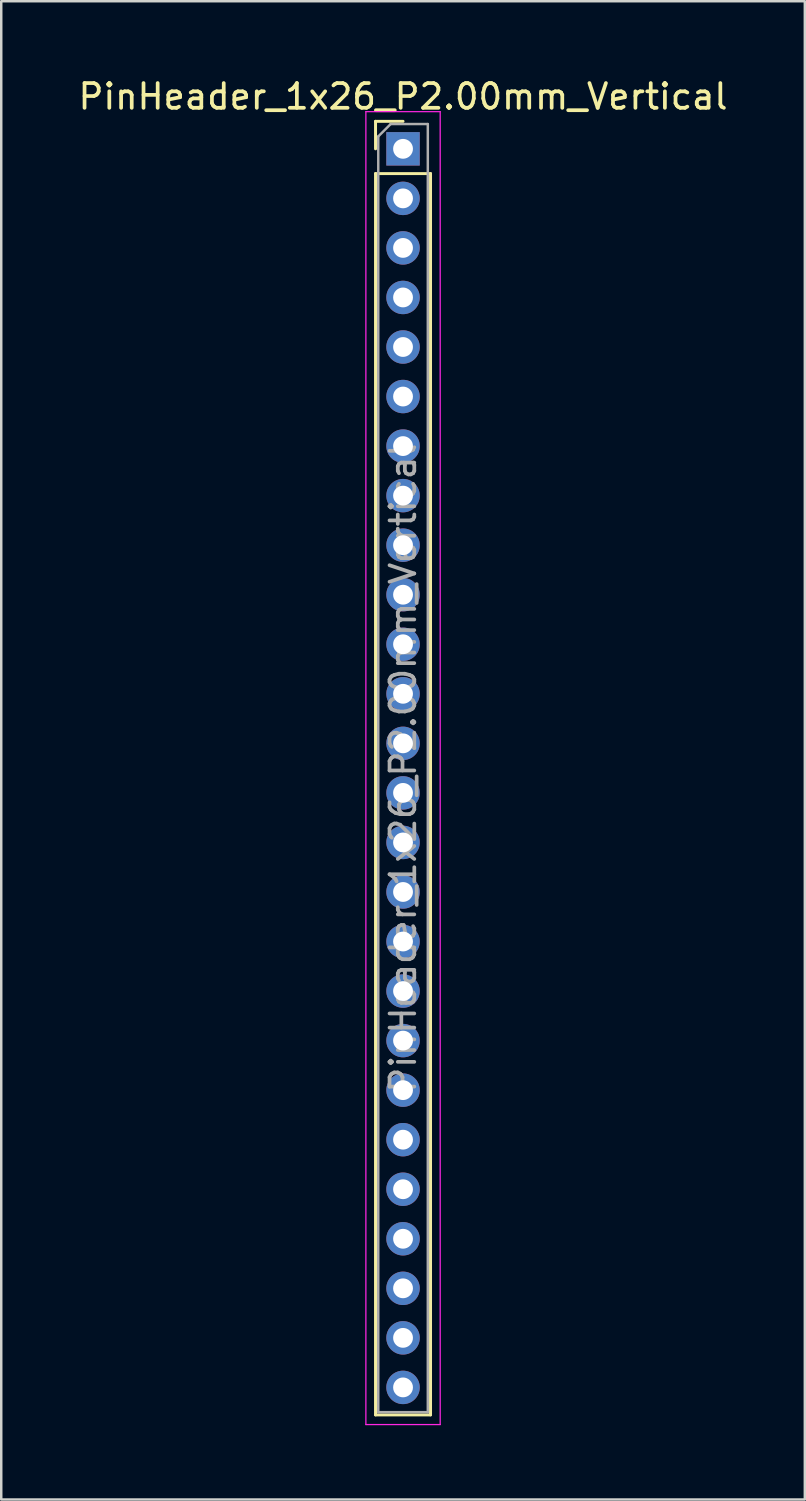
<source format=kicad_pcb>
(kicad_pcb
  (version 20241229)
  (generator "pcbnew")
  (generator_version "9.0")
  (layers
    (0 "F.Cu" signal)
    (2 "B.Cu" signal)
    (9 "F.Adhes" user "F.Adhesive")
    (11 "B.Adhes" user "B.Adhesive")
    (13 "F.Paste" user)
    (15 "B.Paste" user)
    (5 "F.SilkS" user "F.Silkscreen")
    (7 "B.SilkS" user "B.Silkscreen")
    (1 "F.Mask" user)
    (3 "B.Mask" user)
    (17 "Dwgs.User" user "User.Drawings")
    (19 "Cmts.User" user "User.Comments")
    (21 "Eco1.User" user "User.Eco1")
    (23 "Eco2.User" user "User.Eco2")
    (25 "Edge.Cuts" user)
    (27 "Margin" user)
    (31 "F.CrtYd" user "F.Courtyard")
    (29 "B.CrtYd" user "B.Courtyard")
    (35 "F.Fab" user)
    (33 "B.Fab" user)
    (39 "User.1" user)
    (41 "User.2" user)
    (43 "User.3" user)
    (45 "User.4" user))
  (footprint "PinHeader_1x26_P2.00mm_Vertical"
    (layer "F.Cu")
    (at 13.22 2.958)
    (property "Reference" "PinHeader_1x26_P2.00mm_Vertical" (at 0 -2.11 0) (layer "F.SilkS") (effects (font (size 1 1) (thickness 0.15))))
    (attr through_hole)
    (fp_line (start -1.11 -1.11) (end 0 -1.11) (stroke (width 0.12) (type solid)) (layer "F.SilkS"))
    (fp_line (start -1.11 0) (end -1.11 -1.11) (stroke (width 0.12) (type solid)) (layer "F.SilkS"))
    (fp_line (start -1.11 1) (end -1.11 51.11) (stroke (width 0.12) (type solid)) (layer "F.SilkS"))
    (fp_line (start -1.11 1) (end 1.11 1) (stroke (width 0.12) (type solid)) (layer "F.SilkS"))
    (fp_line (start -1.11 51.11) (end 1.11 51.11) (stroke (width 0.12) (type solid)) (layer "F.SilkS"))
    (fp_line (start 1.11 1) (end 1.11 51.11) (stroke (width 0.12) (type solid)) (layer "F.SilkS"))
    (fp_line (start -1.5 -1.5) (end -1.5 51.5) (stroke (width 0.05) (type solid)) (layer "F.CrtYd"))
    (fp_line (start -1.5 51.5) (end 1.5 51.5) (stroke (width 0.05) (type solid)) (layer "F.CrtYd"))
    (fp_line (start 1.5 -1.5) (end -1.5 -1.5) (stroke (width 0.05) (type solid)) (layer "F.CrtYd"))
    (fp_line (start 1.5 51.5) (end 1.5 -1.5) (stroke (width 0.05) (type solid)) (layer "F.CrtYd"))
    (fp_line (start -1 -0.5) (end -0.5 -1) (stroke (width 0.1) (type solid)) (layer "F.Fab"))
    (fp_line (start -1 51) (end -1 -0.5) (stroke (width 0.1) (type solid)) (layer "F.Fab"))
    (fp_line (start -0.5 -1) (end 1 -1) (stroke (width 0.1) (type solid)) (layer "F.Fab"))
    (fp_line (start 1 -1) (end 1 51) (stroke (width 0.1) (type solid)) (layer "F.Fab"))
    (fp_line (start 1 51) (end -1 51) (stroke (width 0.1) (type solid)) (layer "F.Fab"))
    (fp_text user "${REFERENCE}" (at 0 25 90) (layer "F.Fab") (effects (font (size 1 1) (thickness 0.15))))
    (pad "1" thru_hole rect (at 0 0) (size 1.35 1.35) (drill 0.8) (layers "*.Cu" "*.Mask"))
    (pad "2" thru_hole circle (at 0 2) (size 1.35 1.35) (drill 0.8) (layers "*.Cu" "*.Mask"))
    (pad "3" thru_hole circle (at 0 4) (size 1.35 1.35) (drill 0.8) (layers "*.Cu" "*.Mask"))
    (pad "4" thru_hole circle (at 0 6) (size 1.35 1.35) (drill 0.8) (layers "*.Cu" "*.Mask"))
    (pad "5" thru_hole circle (at 0 8) (size 1.35 1.35) (drill 0.8) (layers "*.Cu" "*.Mask"))
    (pad "6" thru_hole circle (at 0 10) (size 1.35 1.35) (drill 0.8) (layers "*.Cu" "*.Mask"))
    (pad "7" thru_hole circle (at 0 12) (size 1.35 1.35) (drill 0.8) (layers "*.Cu" "*.Mask"))
    (pad "8" thru_hole circle (at 0 14) (size 1.35 1.35) (drill 0.8) (layers "*.Cu" "*.Mask"))
    (pad "9" thru_hole circle (at 0 16) (size 1.35 1.35) (drill 0.8) (layers "*.Cu" "*.Mask"))
    (pad "10" thru_hole circle (at 0 18) (size 1.35 1.35) (drill 0.8) (layers "*.Cu" "*.Mask"))
    (pad "11" thru_hole circle (at 0 20) (size 1.35 1.35) (drill 0.8) (layers "*.Cu" "*.Mask"))
    (pad "12" thru_hole circle (at 0 22) (size 1.35 1.35) (drill 0.8) (layers "*.Cu" "*.Mask"))
    (pad "13" thru_hole circle (at 0 24) (size 1.35 1.35) (drill 0.8) (layers "*.Cu" "*.Mask"))
    (pad "14" thru_hole circle (at 0 26) (size 1.35 1.35) (drill 0.8) (layers "*.Cu" "*.Mask"))
    (pad "15" thru_hole circle (at 0 28) (size 1.35 1.35) (drill 0.8) (layers "*.Cu" "*.Mask"))
    (pad "16" thru_hole circle (at 0 30) (size 1.35 1.35) (drill 0.8) (layers "*.Cu" "*.Mask"))
    (pad "17" thru_hole circle (at 0 32) (size 1.35 1.35) (drill 0.8) (layers "*.Cu" "*.Mask"))
    (pad "18" thru_hole circle (at 0 34) (size 1.35 1.35) (drill 0.8) (layers "*.Cu" "*.Mask"))
    (pad "19" thru_hole circle (at 0 36) (size 1.35 1.35) (drill 0.8) (layers "*.Cu" "*.Mask"))
    (pad "20" thru_hole circle (at 0 38) (size 1.35 1.35) (drill 0.8) (layers "*.Cu" "*.Mask"))
    (pad "21" thru_hole circle (at 0 40) (size 1.35 1.35) (drill 0.8) (layers "*.Cu" "*.Mask"))
    (pad "22" thru_hole circle (at 0 42) (size 1.35 1.35) (drill 0.8) (layers "*.Cu" "*.Mask"))
    (pad "23" thru_hole circle (at 0 44) (size 1.35 1.35) (drill 0.8) (layers "*.Cu" "*.Mask"))
    (pad "24" thru_hole circle (at 0 46) (size 1.35 1.35) (drill 0.8) (layers "*.Cu" "*.Mask"))
    (pad "25" thru_hole circle (at 0 48) (size 1.35 1.35) (drill 0.8) (layers "*.Cu" "*.Mask"))
    (pad "26" thru_hole circle (at 0 50) (size 1.35 1.35) (drill 0.8) (layers "*.Cu" "*.Mask")))
  (gr_rect
    (start -3 -3)
    (end 29.44 57.483)
    (stroke (width 0.1) (type default))
    (fill no)
    (layer "Edge.Cuts")))
</source>
